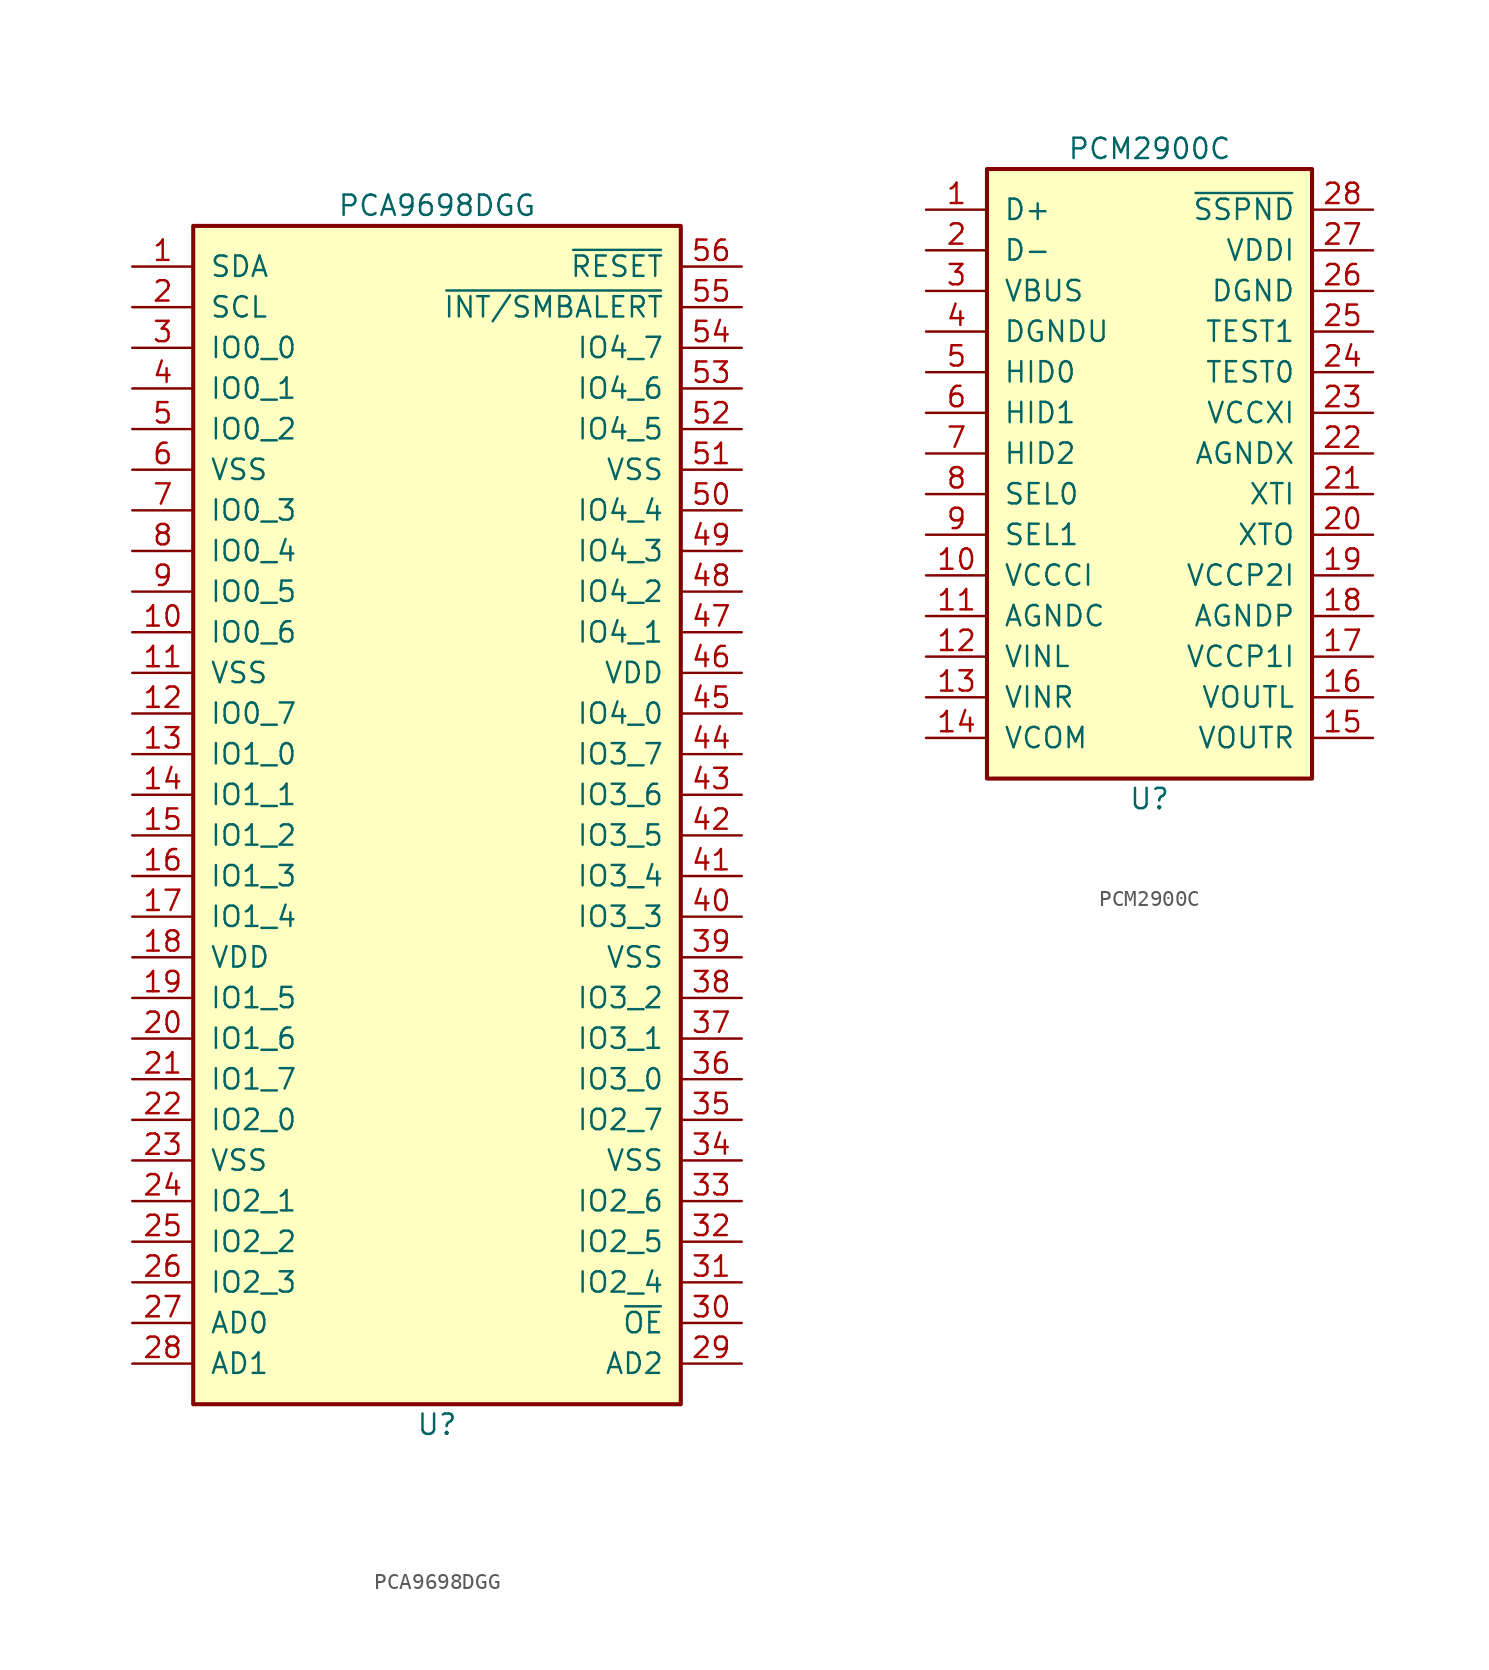
<source format=kicad_sym>
(kicad_symbol_lib
  (version 20211014)
  (generator kicad_symbol_editor)
  (symbol "PCA9698DGG"
    (pin_names
      (offset 1.016))
    (property "Reference" "U"
      (at 0 -44.45 0)
      (effects (font (size 1.27 1.27))))
    (property "Value" "PCA9698DGG"
      (at 0 31.75 0)
      (effects (font (size 1.27 1.27))))
    (symbol "PCA9698DGG_0_1"
      (rectangle (start -15.24 30.48) (end 15.24 -43.18) (stroke (width 0.254) (type default) (color 0 0 0 0)) (fill (type background))))
    (symbol "PCA9698DGG_1_1"
      (pin bidirectional line (at -19.05 27.94 0) (length 3.81) (name "SDA" (effects (font (size 1.27 1.27)))) (number "1" (effects (font (size 1.27 1.27)))))
      (pin bidirectional line (at -19.05 5.08 0) (length 3.81) (name "IO0_6" (effects (font (size 1.27 1.27)))) (number "10" (effects (font (size 1.27 1.27)))))
      (pin power_in line (at -19.05 2.54 0) (length 3.81) (name "VSS" (effects (font (size 1.27 1.27)))) (number "11" (effects (font (size 1.27 1.27)))))
      (pin bidirectional line (at -19.05 0 0) (length 3.81) (name "IO0_7" (effects (font (size 1.27 1.27)))) (number "12" (effects (font (size 1.27 1.27)))))
      (pin bidirectional line (at -19.05 -2.54 0) (length 3.81) (name "IO1_0" (effects (font (size 1.27 1.27)))) (number "13" (effects (font (size 1.27 1.27)))))
      (pin bidirectional line (at -19.05 -5.08 0) (length 3.81) (name "IO1_1" (effects (font (size 1.27 1.27)))) (number "14" (effects (font (size 1.27 1.27)))))
      (pin bidirectional line (at -19.05 -7.62 0) (length 3.81) (name "IO1_2" (effects (font (size 1.27 1.27)))) (number "15" (effects (font (size 1.27 1.27)))))
      (pin bidirectional line (at -19.05 -10.16 0) (length 3.81) (name "IO1_3" (effects (font (size 1.27 1.27)))) (number "16" (effects (font (size 1.27 1.27)))))
      (pin bidirectional line (at -19.05 -12.7 0) (length 3.81) (name "IO1_4" (effects (font (size 1.27 1.27)))) (number "17" (effects (font (size 1.27 1.27)))))
      (pin power_in line (at -19.05 -15.24 0) (length 3.81) (name "VDD" (effects (font (size 1.27 1.27)))) (number "18" (effects (font (size 1.27 1.27)))))
      (pin bidirectional line (at -19.05 -17.78 0) (length 3.81) (name "IO1_5" (effects (font (size 1.27 1.27)))) (number "19" (effects (font (size 1.27 1.27)))))
      (pin input line (at -19.05 25.4 0) (length 3.81) (name "SCL" (effects (font (size 1.27 1.27)))) (number "2" (effects (font (size 1.27 1.27)))))
      (pin bidirectional line (at -19.05 -20.32 0) (length 3.81) (name "IO1_6" (effects (font (size 1.27 1.27)))) (number "20" (effects (font (size 1.27 1.27)))))
      (pin bidirectional line (at -19.05 -22.86 0) (length 3.81) (name "IO1_7" (effects (font (size 1.27 1.27)))) (number "21" (effects (font (size 1.27 1.27)))))
      (pin bidirectional line (at -19.05 -25.4 0) (length 3.81) (name "IO2_0" (effects (font (size 1.27 1.27)))) (number "22" (effects (font (size 1.27 1.27)))))
      (pin power_in line (at -19.05 -27.94 0) (length 3.81) (name "VSS" (effects (font (size 1.27 1.27)))) (number "23" (effects (font (size 1.27 1.27)))))
      (pin bidirectional line (at -19.05 -30.48 0) (length 3.81) (name "IO2_1" (effects (font (size 1.27 1.27)))) (number "24" (effects (font (size 1.27 1.27)))))
      (pin bidirectional line (at -19.05 -33.02 0) (length 3.81) (name "IO2_2" (effects (font (size 1.27 1.27)))) (number "25" (effects (font (size 1.27 1.27)))))
      (pin bidirectional line (at -19.05 -35.56 0) (length 3.81) (name "IO2_3" (effects (font (size 1.27 1.27)))) (number "26" (effects (font (size 1.27 1.27)))))
      (pin input line (at -19.05 -38.1 0) (length 3.81) (name "AD0" (effects (font (size 1.27 1.27)))) (number "27" (effects (font (size 1.27 1.27)))))
      (pin input line (at -19.05 -40.64 0) (length 3.81) (name "AD1" (effects (font (size 1.27 1.27)))) (number "28" (effects (font (size 1.27 1.27)))))
      (pin input line (at 19.05 -40.64 180) (length 3.81) (name "AD2" (effects (font (size 1.27 1.27)))) (number "29" (effects (font (size 1.27 1.27)))))
      (pin bidirectional line (at -19.05 22.86 0) (length 3.81) (name "IO0_0" (effects (font (size 1.27 1.27)))) (number "3" (effects (font (size 1.27 1.27)))))
      (pin input line (at 19.05 -38.1 180) (length 3.81) (name "~{OE}" (effects (font (size 1.27 1.27)))) (number "30" (effects (font (size 1.27 1.27)))))
      (pin bidirectional line (at 19.05 -35.56 180) (length 3.81) (name "IO2_4" (effects (font (size 1.27 1.27)))) (number "31" (effects (font (size 1.27 1.27)))))
      (pin bidirectional line (at 19.05 -33.02 180) (length 3.81) (name "IO2_5" (effects (font (size 1.27 1.27)))) (number "32" (effects (font (size 1.27 1.27)))))
      (pin bidirectional line (at 19.05 -30.48 180) (length 3.81) (name "IO2_6" (effects (font (size 1.27 1.27)))) (number "33" (effects (font (size 1.27 1.27)))))
      (pin power_in line (at 19.05 -27.94 180) (length 3.81) (name "VSS" (effects (font (size 1.27 1.27)))) (number "34" (effects (font (size 1.27 1.27)))))
      (pin bidirectional line (at 19.05 -25.4 180) (length 3.81) (name "IO2_7" (effects (font (size 1.27 1.27)))) (number "35" (effects (font (size 1.27 1.27)))))
      (pin bidirectional line (at 19.05 -22.86 180) (length 3.81) (name "IO3_0" (effects (font (size 1.27 1.27)))) (number "36" (effects (font (size 1.27 1.27)))))
      (pin bidirectional line (at 19.05 -20.32 180) (length 3.81) (name "IO3_1" (effects (font (size 1.27 1.27)))) (number "37" (effects (font (size 1.27 1.27)))))
      (pin bidirectional line (at 19.05 -17.78 180) (length 3.81) (name "IO3_2" (effects (font (size 1.27 1.27)))) (number "38" (effects (font (size 1.27 1.27)))))
      (pin power_in line (at 19.05 -15.24 180) (length 3.81) (name "VSS" (effects (font (size 1.27 1.27)))) (number "39" (effects (font (size 1.27 1.27)))))
      (pin bidirectional line (at -19.05 20.32 0) (length 3.81) (name "IO0_1" (effects (font (size 1.27 1.27)))) (number "4" (effects (font (size 1.27 1.27)))))
      (pin bidirectional line (at 19.05 -12.7 180) (length 3.81) (name "IO3_3" (effects (font (size 1.27 1.27)))) (number "40" (effects (font (size 1.27 1.27)))))
      (pin bidirectional line (at 19.05 -10.16 180) (length 3.81) (name "IO3_4" (effects (font (size 1.27 1.27)))) (number "41" (effects (font (size 1.27 1.27)))))
      (pin bidirectional line (at 19.05 -7.62 180) (length 3.81) (name "IO3_5" (effects (font (size 1.27 1.27)))) (number "42" (effects (font (size 1.27 1.27)))))
      (pin bidirectional line (at 19.05 -5.08 180) (length 3.81) (name "IO3_6" (effects (font (size 1.27 1.27)))) (number "43" (effects (font (size 1.27 1.27)))))
      (pin bidirectional line (at 19.05 -2.54 180) (length 3.81) (name "IO3_7" (effects (font (size 1.27 1.27)))) (number "44" (effects (font (size 1.27 1.27)))))
      (pin bidirectional line (at 19.05 0 180) (length 3.81) (name "IO4_0" (effects (font (size 1.27 1.27)))) (number "45" (effects (font (size 1.27 1.27)))))
      (pin power_in line (at 19.05 2.54 180) (length 3.81) (name "VDD" (effects (font (size 1.27 1.27)))) (number "46" (effects (font (size 1.27 1.27)))))
      (pin bidirectional line (at 19.05 5.08 180) (length 3.81) (name "IO4_1" (effects (font (size 1.27 1.27)))) (number "47" (effects (font (size 1.27 1.27)))))
      (pin bidirectional line (at 19.05 7.62 180) (length 3.81) (name "IO4_2" (effects (font (size 1.27 1.27)))) (number "48" (effects (font (size 1.27 1.27)))))
      (pin bidirectional line (at 19.05 10.16 180) (length 3.81) (name "IO4_3" (effects (font (size 1.27 1.27)))) (number "49" (effects (font (size 1.27 1.27)))))
      (pin bidirectional line (at -19.05 17.78 0) (length 3.81) (name "IO0_2" (effects (font (size 1.27 1.27)))) (number "5" (effects (font (size 1.27 1.27)))))
      (pin bidirectional line (at 19.05 12.7 180) (length 3.81) (name "IO4_4" (effects (font (size 1.27 1.27)))) (number "50" (effects (font (size 1.27 1.27)))))
      (pin power_in line (at 19.05 15.24 180) (length 3.81) (name "VSS" (effects (font (size 1.27 1.27)))) (number "51" (effects (font (size 1.27 1.27)))))
      (pin bidirectional line (at 19.05 17.78 180) (length 3.81) (name "IO4_5" (effects (font (size 1.27 1.27)))) (number "52" (effects (font (size 1.27 1.27)))))
      (pin bidirectional line (at 19.05 20.32 180) (length 3.81) (name "IO4_6" (effects (font (size 1.27 1.27)))) (number "53" (effects (font (size 1.27 1.27)))))
      (pin bidirectional line (at 19.05 22.86 180) (length 3.81) (name "IO4_7" (effects (font (size 1.27 1.27)))) (number "54" (effects (font (size 1.27 1.27)))))
      (pin output line (at 19.05 25.4 180) (length 3.81) (name "~{INT/SMBALERT}" (effects (font (size 1.27 1.27)))) (number "55" (effects (font (size 1.27 1.27)))))
      (pin input line (at 19.05 27.94 180) (length 3.81) (name "~{RESET}" (effects (font (size 1.27 1.27)))) (number "56" (effects (font (size 1.27 1.27)))))
      (pin power_in line (at -19.05 15.24 0) (length 3.81) (name "VSS" (effects (font (size 1.27 1.27)))) (number "6" (effects (font (size 1.27 1.27)))))
      (pin bidirectional line (at -19.05 12.7 0) (length 3.81) (name "IO0_3" (effects (font (size 1.27 1.27)))) (number "7" (effects (font (size 1.27 1.27)))))
      (pin bidirectional line (at -19.05 10.16 0) (length 3.81) (name "IO0_4" (effects (font (size 1.27 1.27)))) (number "8" (effects (font (size 1.27 1.27)))))
      (pin bidirectional line (at -19.05 7.62 0) (length 3.81) (name "IO0_5" (effects (font (size 1.27 1.27)))) (number "9" (effects (font (size 1.27 1.27)))))))
  (symbol "PCM2900C"
    (pin_names
      (offset 1.016))
    (property "Reference" "U"
      (at 0 -19.05 0)
      (effects (font (size 1.27 1.27))))
    (property "Value" "PCM2900C"
      (at 0 21.59 0)
      (effects (font (size 1.27 1.27))))
    (symbol "PCM2900C_0_1"
      (rectangle (start -10.16 20.32) (end 10.16 -17.78) (stroke (width 0.254) (type default) (color 0 0 0 0)) (fill (type background))))
    (symbol "PCM2900C_1_1"
      (pin bidirectional line (at -13.97 17.78 0) (length 3.81) (name "D+" (effects (font (size 1.27 1.27)))) (number "1" (effects (font (size 1.27 1.27)))))
      (pin passive line (at -13.97 -5.08 0) (length 3.81) (name "VCCCI" (effects (font (size 1.27 1.27)))) (number "10" (effects (font (size 1.27 1.27)))))
      (pin power_out line (at -13.97 -7.62 0) (length 3.81) (name "AGNDC" (effects (font (size 1.27 1.27)))) (number "11" (effects (font (size 1.27 1.27)))))
      (pin input line (at -13.97 -10.16 0) (length 3.81) (name "VINL" (effects (font (size 1.27 1.27)))) (number "12" (effects (font (size 1.27 1.27)))))
      (pin input line (at -13.97 -12.7 0) (length 3.81) (name "VINR" (effects (font (size 1.27 1.27)))) (number "13" (effects (font (size 1.27 1.27)))))
      (pin passive line (at -13.97 -15.24 0) (length 3.81) (name "VCOM" (effects (font (size 1.27 1.27)))) (number "14" (effects (font (size 1.27 1.27)))))
      (pin output line (at 13.97 -15.24 180) (length 3.81) (name "VOUTR" (effects (font (size 1.27 1.27)))) (number "15" (effects (font (size 1.27 1.27)))))
      (pin output line (at 13.97 -12.7 180) (length 3.81) (name "VOUTL" (effects (font (size 1.27 1.27)))) (number "16" (effects (font (size 1.27 1.27)))))
      (pin passive line (at 13.97 -10.16 180) (length 3.81) (name "VCCP1I" (effects (font (size 1.27 1.27)))) (number "17" (effects (font (size 1.27 1.27)))))
      (pin power_out line (at 13.97 -7.62 180) (length 3.81) (name "AGNDP" (effects (font (size 1.27 1.27)))) (number "18" (effects (font (size 1.27 1.27)))))
      (pin passive line (at 13.97 -5.08 180) (length 3.81) (name "VCCP2I" (effects (font (size 1.27 1.27)))) (number "19" (effects (font (size 1.27 1.27)))))
      (pin bidirectional line (at -13.97 15.24 0) (length 3.81) (name "D-" (effects (font (size 1.27 1.27)))) (number "2" (effects (font (size 1.27 1.27)))))
      (pin output line (at 13.97 -2.54 180) (length 3.81) (name "XTO" (effects (font (size 1.27 1.27)))) (number "20" (effects (font (size 1.27 1.27)))))
      (pin input line (at 13.97 0 180) (length 3.81) (name "XTI" (effects (font (size 1.27 1.27)))) (number "21" (effects (font (size 1.27 1.27)))))
      (pin power_out line (at 13.97 2.54 180) (length 3.81) (name "AGNDX" (effects (font (size 1.27 1.27)))) (number "22" (effects (font (size 1.27 1.27)))))
      (pin passive line (at 13.97 5.08 180) (length 3.81) (name "VCCXI" (effects (font (size 1.27 1.27)))) (number "23" (effects (font (size 1.27 1.27)))))
      (pin input line (at 13.97 7.62 180) (length 3.81) (name "TEST0" (effects (font (size 1.27 1.27)))) (number "24" (effects (font (size 1.27 1.27)))))
      (pin output line (at 13.97 10.16 180) (length 3.81) (name "TEST1" (effects (font (size 1.27 1.27)))) (number "25" (effects (font (size 1.27 1.27)))))
      (pin power_out line (at 13.97 12.7 180) (length 3.81) (name "DGND" (effects (font (size 1.27 1.27)))) (number "26" (effects (font (size 1.27 1.27)))))
      (pin passive line (at 13.97 15.24 180) (length 3.81) (name "VDDI" (effects (font (size 1.27 1.27)))) (number "27" (effects (font (size 1.27 1.27)))))
      (pin input line (at 13.97 17.78 180) (length 3.81) (name "~{SSPND}" (effects (font (size 1.27 1.27)))) (number "28" (effects (font (size 1.27 1.27)))))
      (pin power_in line (at -13.97 12.7 0) (length 3.81) (name "VBUS" (effects (font (size 1.27 1.27)))) (number "3" (effects (font (size 1.27 1.27)))))
      (pin power_out line (at -13.97 10.16 0) (length 3.81) (name "DGNDU" (effects (font (size 1.27 1.27)))) (number "4" (effects (font (size 1.27 1.27)))))
      (pin input line (at -13.97 7.62 0) (length 3.81) (name "HID0" (effects (font (size 1.27 1.27)))) (number "5" (effects (font (size 1.27 1.27)))))
      (pin input line (at -13.97 5.08 0) (length 3.81) (name "HID1" (effects (font (size 1.27 1.27)))) (number "6" (effects (font (size 1.27 1.27)))))
      (pin input line (at -13.97 2.54 0) (length 3.81) (name "HID2" (effects (font (size 1.27 1.27)))) (number "7" (effects (font (size 1.27 1.27)))))
      (pin input line (at -13.97 0 0) (length 3.81) (name "SEL0" (effects (font (size 1.27 1.27)))) (number "8" (effects (font (size 1.27 1.27)))))
      (pin input line (at -13.97 -2.54 0) (length 3.81) (name "SEL1" (effects (font (size 1.27 1.27)))) (number "9" (effects (font (size 1.27 1.27))))))))
</source>
